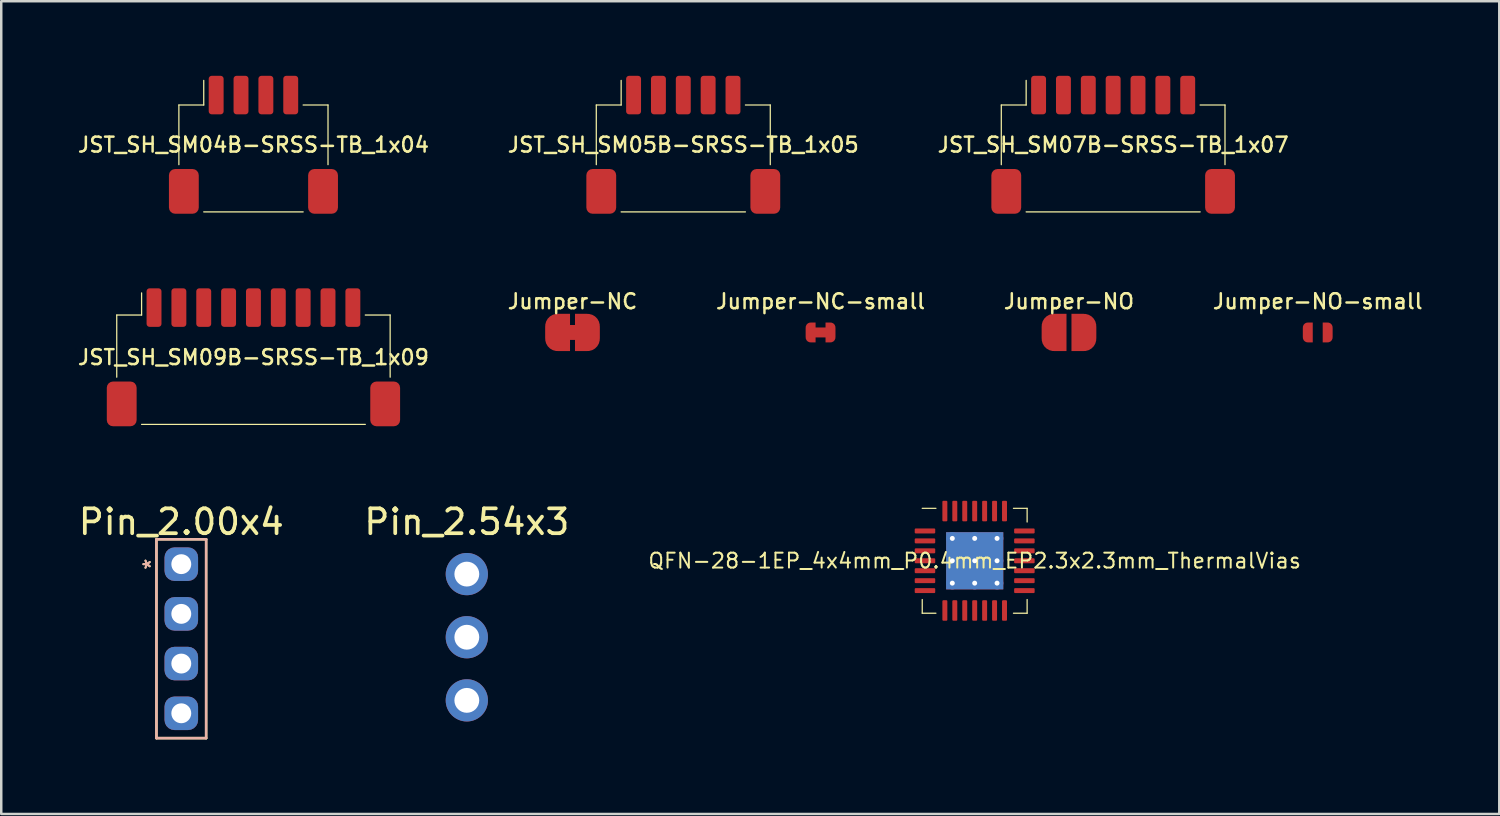
<source format=kicad_pcb>
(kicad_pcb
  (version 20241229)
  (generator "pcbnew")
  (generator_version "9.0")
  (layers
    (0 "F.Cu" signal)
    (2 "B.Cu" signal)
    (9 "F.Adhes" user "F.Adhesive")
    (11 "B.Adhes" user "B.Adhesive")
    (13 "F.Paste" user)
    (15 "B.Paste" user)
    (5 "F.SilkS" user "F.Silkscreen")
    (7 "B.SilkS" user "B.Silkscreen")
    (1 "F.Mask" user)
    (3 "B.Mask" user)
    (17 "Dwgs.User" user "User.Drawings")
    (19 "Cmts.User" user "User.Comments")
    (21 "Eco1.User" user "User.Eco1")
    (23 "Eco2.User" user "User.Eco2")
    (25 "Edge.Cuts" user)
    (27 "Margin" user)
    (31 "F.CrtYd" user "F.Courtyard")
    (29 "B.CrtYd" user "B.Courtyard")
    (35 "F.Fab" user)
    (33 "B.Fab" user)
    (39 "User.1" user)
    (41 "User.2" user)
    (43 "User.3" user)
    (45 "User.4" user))
  (footprint "QFN-28-1EP_4x4mm_P0.4mm_EP2.3x2.3mm_ThermalVias"
    (layer "F.Cu")
    (at 36.165 19.512)
    (property "Reference" "QFN-28-1EP_4x4mm_P0.4mm_EP2.3x2.3mm_ThermalVias" (at 0 0 0) (layer "F.SilkS") (effects (font (size 0.6 0.6) (thickness 0.08))))
    (attr smd)
    (fp_line (start -2.11 2.11) (end -2.11 1.56) (stroke (width 0.05) (type solid)) (layer "F.SilkS"))
    (fp_line (start -1.56 -2.11) (end -2.11 -2.11) (stroke (width 0.05) (type solid)) (layer "F.SilkS"))
    (fp_line (start -1.56 2.11) (end -2.11 2.11) (stroke (width 0.05) (type solid)) (layer "F.SilkS"))
    (fp_line (start 1.56 -2.11) (end 2.11 -2.11) (stroke (width 0.05) (type solid)) (layer "F.SilkS"))
    (fp_line (start 1.56 2.11) (end 2.11 2.11) (stroke (width 0.05) (type solid)) (layer "F.SilkS"))
    (fp_line (start 2.11 -2.11) (end 2.11 -1.56) (stroke (width 0.05) (type solid)) (layer "F.SilkS"))
    (fp_line (start 2.11 2.11) (end 2.11 1.56) (stroke (width 0.05) (type solid)) (layer "F.SilkS"))
    (pad "" smd roundrect (at -0.575 -0.575) (size 1 1) (layers "F.Paste") (roundrect_rratio 0.25))
    (pad "" smd roundrect (at -0.575 0.575) (size 1 1) (layers "F.Paste") (roundrect_rratio 0.25))
    (pad "" smd roundrect (at 0.575 -0.575) (size 1 1) (layers "F.Paste") (roundrect_rratio 0.25))
    (pad "" smd roundrect (at 0.575 0.575) (size 1 1) (layers "F.Paste") (roundrect_rratio 0.25))
    (pad "1" smd roundrect (at -2 -1.2) (size 0.825 0.2) (layers "F.Cu" "F.Mask" "F.Paste") (roundrect_rratio 0.2))
    (pad "2" smd roundrect (at -2 -0.8) (size 0.825 0.2) (layers "F.Cu" "F.Mask" "F.Paste") (roundrect_rratio 0.2))
    (pad "3" smd roundrect (at -2 -0.4) (size 0.825 0.2) (layers "F.Cu" "F.Mask" "F.Paste") (roundrect_rratio 0.2))
    (pad "4" smd roundrect (at -2 0) (size 0.825 0.2) (layers "F.Cu" "F.Mask" "F.Paste") (roundrect_rratio 0.2))
    (pad "5" smd roundrect (at -2 0.4) (size 0.825 0.2) (layers "F.Cu" "F.Mask" "F.Paste") (roundrect_rratio 0.2))
    (pad "6" smd roundrect (at -2 0.8) (size 0.825 0.2) (layers "F.Cu" "F.Mask" "F.Paste") (roundrect_rratio 0.2))
    (pad "7" smd roundrect (at -2 1.2) (size 0.825 0.2) (layers "F.Cu" "F.Mask" "F.Paste") (roundrect_rratio 0.2))
    (pad "8" smd roundrect (at -1.2 2) (size 0.2 0.825) (layers "F.Cu" "F.Mask" "F.Paste") (roundrect_rratio 0.2))
    (pad "9" smd roundrect (at -0.8 2) (size 0.2 0.825) (layers "F.Cu" "F.Mask" "F.Paste") (roundrect_rratio 0.2))
    (pad "10" smd roundrect (at -0.4 2) (size 0.2 0.825) (layers "F.Cu" "F.Mask" "F.Paste") (roundrect_rratio 0.2))
    (pad "11" smd roundrect (at 0 2) (size 0.2 0.825) (layers "F.Cu" "F.Mask" "F.Paste") (roundrect_rratio 0.2))
    (pad "12" smd roundrect (at 0.4 2) (size 0.2 0.825) (layers "F.Cu" "F.Mask" "F.Paste") (roundrect_rratio 0.2))
    (pad "13" smd roundrect (at 0.8 2) (size 0.2 0.825) (layers "F.Cu" "F.Mask" "F.Paste") (roundrect_rratio 0.2))
    (pad "14" smd roundrect (at 1.2 2) (size 0.2 0.825) (layers "F.Cu" "F.Mask" "F.Paste") (roundrect_rratio 0.2))
    (pad "15" smd roundrect (at 2 1.2) (size 0.825 0.2) (layers "F.Cu" "F.Mask" "F.Paste") (roundrect_rratio 0.2))
    (pad "16" smd roundrect (at 2 0.8) (size 0.825 0.2) (layers "F.Cu" "F.Mask" "F.Paste") (roundrect_rratio 0.2))
    (pad "17" smd roundrect (at 2 0.4) (size 0.825 0.2) (layers "F.Cu" "F.Mask" "F.Paste") (roundrect_rratio 0.2))
    (pad "18" smd roundrect (at 2 0) (size 0.825 0.2) (layers "F.Cu" "F.Mask" "F.Paste") (roundrect_rratio 0.2))
    (pad "19" smd roundrect (at 2 -0.4) (size 0.825 0.2) (layers "F.Cu" "F.Mask" "F.Paste") (roundrect_rratio 0.2))
    (pad "20" smd roundrect (at 2 -0.8) (size 0.825 0.2) (layers "F.Cu" "F.Mask" "F.Paste") (roundrect_rratio 0.2))
    (pad "21" smd roundrect (at 2 -1.2) (size 0.825 0.2) (layers "F.Cu" "F.Mask" "F.Paste") (roundrect_rratio 0.2))
    (pad "22" smd roundrect (at 1.2 -2) (size 0.2 0.825) (layers "F.Cu" "F.Mask" "F.Paste") (roundrect_rratio 0.2))
    (pad "23" smd roundrect (at 0.8 -2) (size 0.2 0.825) (layers "F.Cu" "F.Mask" "F.Paste") (roundrect_rratio 0.2))
    (pad "24" smd roundrect (at 0.4 -2) (size 0.2 0.825) (layers "F.Cu" "F.Mask" "F.Paste") (roundrect_rratio 0.2))
    (pad "25" smd roundrect (at 0 -2) (size 0.2 0.825) (layers "F.Cu" "F.Mask" "F.Paste") (roundrect_rratio 0.2))
    (pad "26" smd roundrect (at -0.4 -2) (size 0.2 0.825) (layers "F.Cu" "F.Mask" "F.Paste") (roundrect_rratio 0.2))
    (pad "27" smd roundrect (at -0.8 -2) (size 0.2 0.825) (layers "F.Cu" "F.Mask" "F.Paste") (roundrect_rratio 0.2))
    (pad "28" smd roundrect (at -1.2 -2) (size 0.2 0.825) (layers "F.Cu" "F.Mask" "F.Paste") (roundrect_rratio 0.2))
    (pad "29" thru_hole circle (at -0.9 -0.9) (size 0.5 0.5) (drill 0.2) (layers "*.Cu"))
    (pad "29" thru_hole circle (at -0.9 0) (size 0.5 0.5) (drill 0.2) (layers "*.Cu"))
    (pad "29" thru_hole circle (at -0.9 0.9) (size 0.5 0.5) (drill 0.2) (layers "*.Cu"))
    (pad "29" thru_hole circle (at 0 -0.9) (size 0.5 0.5) (drill 0.2) (layers "*.Cu"))
    (pad "29" thru_hole circle (at 0 0) (size 0.5 0.5) (drill 0.2) (layers "*.Cu"))
    (pad "29" smd rect (at 0 0) (size 2.3 2.3) (layers "F.Cu" "F.Mask"))
    (pad "29" smd rect (at 0 0) (size 2.3 2.3) (layers "B.Cu"))
    (pad "29" thru_hole circle (at 0 0.9) (size 0.5 0.5) (drill 0.2) (layers "*.Cu"))
    (pad "29" thru_hole circle (at 0.9 -0.9) (size 0.5 0.5) (drill 0.2) (layers "*.Cu"))
    (pad "29" thru_hole circle (at 0.9 0) (size 0.5 0.5) (drill 0.2) (layers "*.Cu"))
    (pad "29" thru_hole circle (at 0.9 0.9) (size 0.5 0.5) (drill 0.2) (layers "*.Cu")))
  (footprint "Jumper-NO-small"
    (layer "F.Cu")
    (at 49.967 10.326)
    (property "Reference" "Jumper-NO-small" (at 0 -1.25 0) (layer "F.SilkS") (effects (font (size 0.6 0.6) (thickness 0.1))))
    (attr exclude_from_pos_files exclude_from_bom)
    (pad "1" smd custom (at -0.4 0) (size 0.4 0.4) (layers "F.Cu" "F.Mask") (options (anchor rect)) (primitives (gr_circle (center 0 0.2) (end 0.2 0.2) (width 0) (fill yes)) (gr_circle (center 0 -0.2) (end 0.2 -0.2) (width 0) (fill yes)) (gr_poly (pts (xy 0 -0.4) (xy 0.2 -0.4) (xy 0.2 0.4) (xy 0 0.4)) (width 0) (fill yes))))
    (pad "2" smd custom (at 0.4 0) (size 0.4 0.4) (layers "F.Cu" "F.Mask") (options (anchor rect)) (primitives (gr_circle (center 0 0.2) (end 0.2 0.2) (width 0) (fill yes)) (gr_circle (center 0 -0.2) (end 0.2 -0.2) (width 0) (fill yes)) (gr_poly (pts (xy 0 -0.4) (xy -0.2 -0.4) (xy -0.2 0.4) (xy 0 0.4)) (width 0) (fill yes)))))
  (footprint "JST_SH_SM04B-SRSS-TB_1x04"
    (layer "F.Cu")
    (at 7.147 2.775)
    (property "Reference" "JST_SH_SM04B-SRSS-TB_1x04" (at 0 0 0) (layer "F.SilkS") (effects (font (size 0.6 0.6) (thickness 0.1))))
    (attr smd)
    (fp_line (start -3 -1.6) (end -2 -1.6) (stroke (width 0.05) (type solid)) (layer "F.SilkS"))
    (fp_line (start -3 0.8) (end -3 -1.6) (stroke (width 0.05) (type solid)) (layer "F.SilkS"))
    (fp_line (start -2 -1.6) (end -2 -2.59) (stroke (width 0.05) (type solid)) (layer "F.SilkS"))
    (fp_line (start -2 2.7) (end 2 2.7) (stroke (width 0.05) (type solid)) (layer "F.SilkS"))
    (fp_line (start 3 -1.6) (end 2 -1.6) (stroke (width 0.05) (type solid)) (layer "F.SilkS"))
    (fp_line (start 3 0.8) (end 3 -1.6) (stroke (width 0.05) (type solid)) (layer "F.SilkS"))
    (pad "1" smd roundrect (at -1.5 -2) (size 0.6 1.55) (layers "F.Cu" "F.Mask" "F.Paste") (roundrect_rratio 0.2))
    (pad "2" smd roundrect (at -0.5 -2) (size 0.6 1.55) (layers "F.Cu" "F.Mask" "F.Paste") (roundrect_rratio 0.2))
    (pad "3" smd roundrect (at 0.5 -2) (size 0.6 1.55) (layers "F.Cu" "F.Mask" "F.Paste") (roundrect_rratio 0.2))
    (pad "4" smd roundrect (at 1.5 -2) (size 0.6 1.55) (layers "F.Cu" "F.Mask" "F.Paste") (roundrect_rratio 0.2))
    (pad "MP" smd roundrect (at -2.8 1.875) (size 1.2 1.8) (layers "F.Cu" "F.Mask" "F.Paste") (roundrect_rratio 0.208))
    (pad "MP" smd roundrect (at 2.8 1.875) (size 1.2 1.8) (layers "F.Cu" "F.Mask" "F.Paste") (roundrect_rratio 0.208)))
  (footprint "JST_SH_SM09B-SRSS-TB_1x09"
    (layer "F.Cu")
    (at 7.147 11.325)
    (property "Reference" "JST_SH_SM09B-SRSS-TB_1x09" (at 0 0 0) (layer "F.SilkS") (effects (font (size 0.6 0.6) (thickness 0.1))))
    (attr smd)
    (fp_line (start -5.5 -1.7) (end -4.5 -1.7) (stroke (width 0.05) (type solid)) (layer "F.SilkS"))
    (fp_line (start -5.5 0.8) (end -5.5 -1.7) (stroke (width 0.05) (type solid)) (layer "F.SilkS"))
    (fp_line (start -4.5 -1.7) (end -4.5 -2.59) (stroke (width 0.05) (type solid)) (layer "F.SilkS"))
    (fp_line (start -4.5 2.7) (end 4.5 2.7) (stroke (width 0.05) (type solid)) (layer "F.SilkS"))
    (fp_line (start 5.5 -1.7) (end 4.5 -1.7) (stroke (width 0.05) (type solid)) (layer "F.SilkS"))
    (fp_line (start 5.5 0.8) (end 5.5 -1.7) (stroke (width 0.05) (type solid)) (layer "F.SilkS"))
    (pad "1" smd roundrect (at -4 -2) (size 0.6 1.55) (layers "F.Cu" "F.Mask" "F.Paste") (roundrect_rratio 0.2))
    (pad "2" smd roundrect (at -3 -2) (size 0.6 1.55) (layers "F.Cu" "F.Mask" "F.Paste") (roundrect_rratio 0.2))
    (pad "3" smd roundrect (at -2 -2) (size 0.6 1.55) (layers "F.Cu" "F.Mask" "F.Paste") (roundrect_rratio 0.2))
    (pad "4" smd roundrect (at -1 -2) (size 0.6 1.55) (layers "F.Cu" "F.Mask" "F.Paste") (roundrect_rratio 0.2))
    (pad "5" smd roundrect (at 0 -2) (size 0.6 1.55) (layers "F.Cu" "F.Mask" "F.Paste") (roundrect_rratio 0.2))
    (pad "6" smd roundrect (at 1 -2) (size 0.6 1.55) (layers "F.Cu" "F.Mask" "F.Paste") (roundrect_rratio 0.2))
    (pad "7" smd roundrect (at 2 -2) (size 0.6 1.55) (layers "F.Cu" "F.Mask" "F.Paste") (roundrect_rratio 0.2))
    (pad "8" smd roundrect (at 3 -2) (size 0.6 1.55) (layers "F.Cu" "F.Mask" "F.Paste") (roundrect_rratio 0.2))
    (pad "9" smd roundrect (at 4 -2) (size 0.6 1.55) (layers "F.Cu" "F.Mask" "F.Paste") (roundrect_rratio 0.2))
    (pad "MP" smd roundrect (at -5.3 1.875) (size 1.2 1.8) (layers "F.Cu" "F.Mask" "F.Paste") (roundrect_rratio 0.208))
    (pad "MP" smd roundrect (at 5.3 1.875) (size 1.2 1.8) (layers "F.Cu" "F.Mask" "F.Paste") (roundrect_rratio 0.208)))
  (footprint "Pin_2.00x4"
    (layer "F.Cu")
    (at 4.244 19.648)
    (property "Reference" "Pin_2.00x4" (at 0 -1.7 0) (layer "F.SilkS") (effects (font (size 1 1) (thickness 0.15))))
    (attr through_hole)
    (fp_line (start -1 -1) (end -1 7) (stroke (width 0.1) (type solid)) (layer "F.SilkS"))
    (fp_line (start -1 -1) (end 1 -1) (stroke (width 0.1) (type solid)) (layer "F.SilkS"))
    (fp_line (start -1 7) (end 1 7) (stroke (width 0.1) (type solid)) (layer "F.SilkS"))
    (fp_line (start 1 -1) (end 1 7) (stroke (width 0.1) (type solid)) (layer "F.SilkS"))
    (fp_line (start -1 -1) (end -1 7) (stroke (width 0.1) (type solid)) (layer "B.SilkS"))
    (fp_line (start -1 -1) (end 1 -1) (stroke (width 0.1) (type solid)) (layer "B.SilkS"))
    (fp_line (start -1 7) (end 1 7) (stroke (width 0.1) (type solid)) (layer "B.SilkS"))
    (fp_line (start 1 -1) (end 1 7) (stroke (width 0.1) (type solid)) (layer "B.SilkS"))
    (fp_text user "*" (at -1.2 0 90) (layer "F.SilkS") (effects (font (size 0.6 0.6) (thickness 0.08))))
    (fp_text user "*" (at -1.2 0 90) (layer "B.SilkS") (effects (font (size 0.6 0.6) (thickness 0.08))))
    (pad "1" thru_hole roundrect (at 0 0) (size 1.35 1.35) (drill 0.8) (layers "*.Cu" "*.Mask") (roundrect_rratio 0.3))
    (pad "2" thru_hole roundrect (at 0 2) (size 1.35 1.35) (drill 0.8) (layers "*.Cu" "*.Mask") (roundrect_rratio 0.3))
    (pad "3" thru_hole roundrect (at 0 4) (size 1.35 1.35) (drill 0.8) (layers "*.Cu" "*.Mask") (roundrect_rratio 0.3))
    (pad "4" thru_hole roundrect (at 0 6) (size 1.35 1.35) (drill 0.8) (layers "*.Cu" "*.Mask") (roundrect_rratio 0.3)))
  (footprint "JST_SH_SM07B-SRSS-TB_1x07"
    (layer "F.Cu")
    (at 41.736 2.775)
    (property "Reference" "JST_SH_SM07B-SRSS-TB_1x07" (at 0 0 0) (layer "F.SilkS") (effects (font (size 0.6 0.6) (thickness 0.1))))
    (attr smd)
    (fp_line (start -4.5 -1.6) (end -3.5 -1.6) (stroke (width 0.05) (type solid)) (layer "F.SilkS"))
    (fp_line (start -4.5 0.8) (end -4.5 -1.6) (stroke (width 0.05) (type solid)) (layer "F.SilkS"))
    (fp_line (start -3.5 -1.6) (end -3.5 -2.59) (stroke (width 0.05) (type solid)) (layer "F.SilkS"))
    (fp_line (start -3.5 2.7) (end 3.5 2.7) (stroke (width 0.05) (type solid)) (layer "F.SilkS"))
    (fp_line (start 4.5 -1.6) (end 3.5 -1.6) (stroke (width 0.05) (type solid)) (layer "F.SilkS"))
    (fp_line (start 4.5 0.8) (end 4.5 -1.6) (stroke (width 0.05) (type solid)) (layer "F.SilkS"))
    (pad "1" smd roundrect (at -3 -2) (size 0.6 1.55) (layers "F.Cu" "F.Mask" "F.Paste") (roundrect_rratio 0.2))
    (pad "2" smd roundrect (at -2 -2) (size 0.6 1.55) (layers "F.Cu" "F.Mask" "F.Paste") (roundrect_rratio 0.2))
    (pad "3" smd roundrect (at -1 -2) (size 0.6 1.55) (layers "F.Cu" "F.Mask" "F.Paste") (roundrect_rratio 0.2))
    (pad "4" smd roundrect (at 0 -2) (size 0.6 1.55) (layers "F.Cu" "F.Mask" "F.Paste") (roundrect_rratio 0.2))
    (pad "5" smd roundrect (at 1 -2) (size 0.6 1.55) (layers "F.Cu" "F.Mask" "F.Paste") (roundrect_rratio 0.2))
    (pad "6" smd roundrect (at 2 -2) (size 0.6 1.55) (layers "F.Cu" "F.Mask" "F.Paste") (roundrect_rratio 0.2))
    (pad "7" smd roundrect (at 3 -2) (size 0.6 1.55) (layers "F.Cu" "F.Mask" "F.Paste") (roundrect_rratio 0.2))
    (pad "MP" smd roundrect (at -4.3 1.875) (size 1.2 1.8) (layers "F.Cu" "F.Mask" "F.Paste") (roundrect_rratio 0.208))
    (pad "MP" smd roundrect (at 4.3 1.875) (size 1.2 1.8) (layers "F.Cu" "F.Mask" "F.Paste") (roundrect_rratio 0.208)))
  (footprint "Jumper-NO"
    (layer "F.Cu")
    (at 39.959 10.326)
    (property "Reference" "Jumper-NO" (at 0 -1.25 0) (layer "F.SilkS") (effects (font (size 0.6 0.6) (thickness 0.1))))
    (attr exclude_from_pos_files exclude_from_bom)
    (pad "1" smd custom (at -0.6 0) (size 1 0.5) (layers "F.Cu" "F.Mask") (options (anchor rect)) (primitives (gr_circle (center 0 0.25) (end 0.5 0.25) (width 0) (fill yes)) (gr_circle (center 0 -0.25) (end 0.5 -0.25) (width 0) (fill yes)) (gr_poly (pts (xy 0 -0.75) (xy 0.5 -0.75) (xy 0.5 0.75) (xy 0 0.75)) (width 0) (fill yes))))
    (pad "2" smd custom (at 0.6 0) (size 1 0.5) (layers "F.Cu" "F.Mask") (options (anchor rect)) (primitives (gr_circle (center 0 0.25) (end 0.5 0.25) (width 0) (fill yes)) (gr_circle (center 0 -0.25) (end 0.5 -0.25) (width 0) (fill yes)) (gr_poly (pts (xy 0 -0.75) (xy -0.5 -0.75) (xy -0.5 0.75) (xy 0 0.75)) (width 0) (fill yes)))))
  (footprint "Jumper-NC-small"
    (layer "F.Cu")
    (at 29.964 10.326)
    (property "Reference" "Jumper-NC-small" (at 0 -1.25 0) (layer "F.SilkS") (effects (font (size 0.6 0.6) (thickness 0.1))))
    (attr exclude_from_pos_files exclude_from_bom)
    (fp_poly (pts (xy 0.25 -0.2) (xy -0.25 -0.2) (xy -0.25 0.2) (xy 0.25 0.2)) (stroke (width 0) (type solid)) (fill yes) (layer "F.Cu"))
    (pad "1" smd custom (at -0.4 0) (size 0.4 0.4) (layers "F.Cu" "F.Mask") (options (anchor rect)) (primitives (gr_circle (center 0 0.2) (end 0.2 0.2) (width 0) (fill yes)) (gr_circle (center 0 -0.2) (end 0.2 -0.2) (width 0) (fill yes)) (gr_poly (pts (xy 0 -0.4) (xy 0.2 -0.4) (xy 0.2 0.4) (xy 0 0.4)) (width 0) (fill yes))))
    (pad "2" smd custom (at 0.4 0) (size 0.4 0.4) (layers "F.Cu" "F.Mask") (options (anchor rect)) (primitives (gr_circle (center 0 0.2) (end 0.2 0.2) (width 0) (fill yes)) (gr_circle (center 0 -0.2) (end 0.2 -0.2) (width 0) (fill yes)) (gr_poly (pts (xy 0 -0.4) (xy -0.2 -0.4) (xy -0.2 0.4) (xy 0 0.4)) (width 0) (fill yes)))))
  (footprint "JST_SH_SM05B-SRSS-TB_1x05"
    (layer "F.Cu")
    (at 24.441 2.775)
    (property "Reference" "JST_SH_SM05B-SRSS-TB_1x05" (at 0 0 0) (layer "F.SilkS") (effects (font (size 0.6 0.6) (thickness 0.1))))
    (attr smd)
    (fp_line (start -3.5 -1.6) (end -2.5 -1.6) (stroke (width 0.05) (type solid)) (layer "F.SilkS"))
    (fp_line (start -3.5 0.8) (end -3.5 -1.6) (stroke (width 0.05) (type solid)) (layer "F.SilkS"))
    (fp_line (start -2.5 -1.6) (end -2.5 -2.59) (stroke (width 0.05) (type solid)) (layer "F.SilkS"))
    (fp_line (start -2.5 2.7) (end 2.5 2.7) (stroke (width 0.05) (type solid)) (layer "F.SilkS"))
    (fp_line (start 3.5 -1.6) (end 2.5 -1.6) (stroke (width 0.05) (type solid)) (layer "F.SilkS"))
    (fp_line (start 3.5 0.8) (end 3.5 -1.6) (stroke (width 0.05) (type solid)) (layer "F.SilkS"))
    (pad "1" smd roundrect (at -2 -2) (size 0.6 1.55) (layers "F.Cu" "F.Mask" "F.Paste") (roundrect_rratio 0.2))
    (pad "2" smd roundrect (at -1 -2) (size 0.6 1.55) (layers "F.Cu" "F.Mask" "F.Paste") (roundrect_rratio 0.2))
    (pad "3" smd roundrect (at 0 -2) (size 0.6 1.55) (layers "F.Cu" "F.Mask" "F.Paste") (roundrect_rratio 0.2))
    (pad "4" smd roundrect (at 1 -2) (size 0.6 1.55) (layers "F.Cu" "F.Mask" "F.Paste") (roundrect_rratio 0.2))
    (pad "5" smd roundrect (at 2 -2) (size 0.6 1.55) (layers "F.Cu" "F.Mask" "F.Paste") (roundrect_rratio 0.2))
    (pad "MP" smd roundrect (at -3.3 1.875) (size 1.2 1.8) (layers "F.Cu" "F.Mask" "F.Paste") (roundrect_rratio 0.208))
    (pad "MP" smd roundrect (at 3.3 1.875) (size 1.2 1.8) (layers "F.Cu" "F.Mask" "F.Paste") (roundrect_rratio 0.208)))
  (footprint "Pin_2.54x3"
    (layer "F.Cu")
    (at 15.732 20.048)
    (property "Reference" "Pin_2.54x3" (at 0 -2.1 0) (layer "F.SilkS") (effects (font (size 1 1) (thickness 0.15))))
    (attr through_hole)
    (pad "1" thru_hole oval (at 0 0) (size 1.7 1.7) (drill 1) (layers "*.Cu" "*.Mask"))
    (pad "2" thru_hole oval (at 0 2.54) (size 1.7 1.7) (drill 1) (layers "*.Cu" "*.Mask"))
    (pad "3" thru_hole oval (at 0 5.08) (size 1.7 1.7) (drill 1) (layers "*.Cu" "*.Mask")))
  (footprint "Jumper-NC"
    (layer "F.Cu")
    (at 19.984 10.326)
    (property "Reference" "Jumper-NC" (at 0 -1.25 0) (layer "F.SilkS") (effects (font (size 0.6 0.6) (thickness 0.1))))
    (attr exclude_from_pos_files exclude_from_bom)
    (fp_poly (pts (xy 0.25 -0.3) (xy -0.25 -0.3) (xy -0.25 0.3) (xy 0.25 0.3)) (stroke (width 0) (type solid)) (fill yes) (layer "F.Cu"))
    (pad "1" smd custom (at -0.6 0) (size 1 0.5) (layers "F.Cu" "F.Mask") (options (anchor rect)) (primitives (gr_circle (center 0 0.25) (end 0.5 0.25) (width 0) (fill yes)) (gr_circle (center 0 -0.25) (end 0.5 -0.25) (width 0) (fill yes)) (gr_poly (pts (xy 0 -0.75) (xy 0.5 -0.75) (xy 0.5 0.75) (xy 0 0.75)) (width 0) (fill yes))))
    (pad "2" smd custom (at 0.6 0) (size 1 0.5) (layers "F.Cu" "F.Mask") (options (anchor rect)) (primitives (gr_circle (center 0 0.25) (end 0.5 0.25) (width 0) (fill yes)) (gr_circle (center 0 -0.25) (end 0.5 -0.25) (width 0) (fill yes)) (gr_poly (pts (xy 0 -0.75) (xy -0.5 -0.75) (xy -0.5 0.75) (xy 0 0.75)) (width 0) (fill yes)))))
  (gr_rect
    (start -3 -3)
    (end 57.271 29.698)
    (stroke (width 0.1) (type default))
    (fill no)
    (layer "Edge.Cuts")))
</source>
